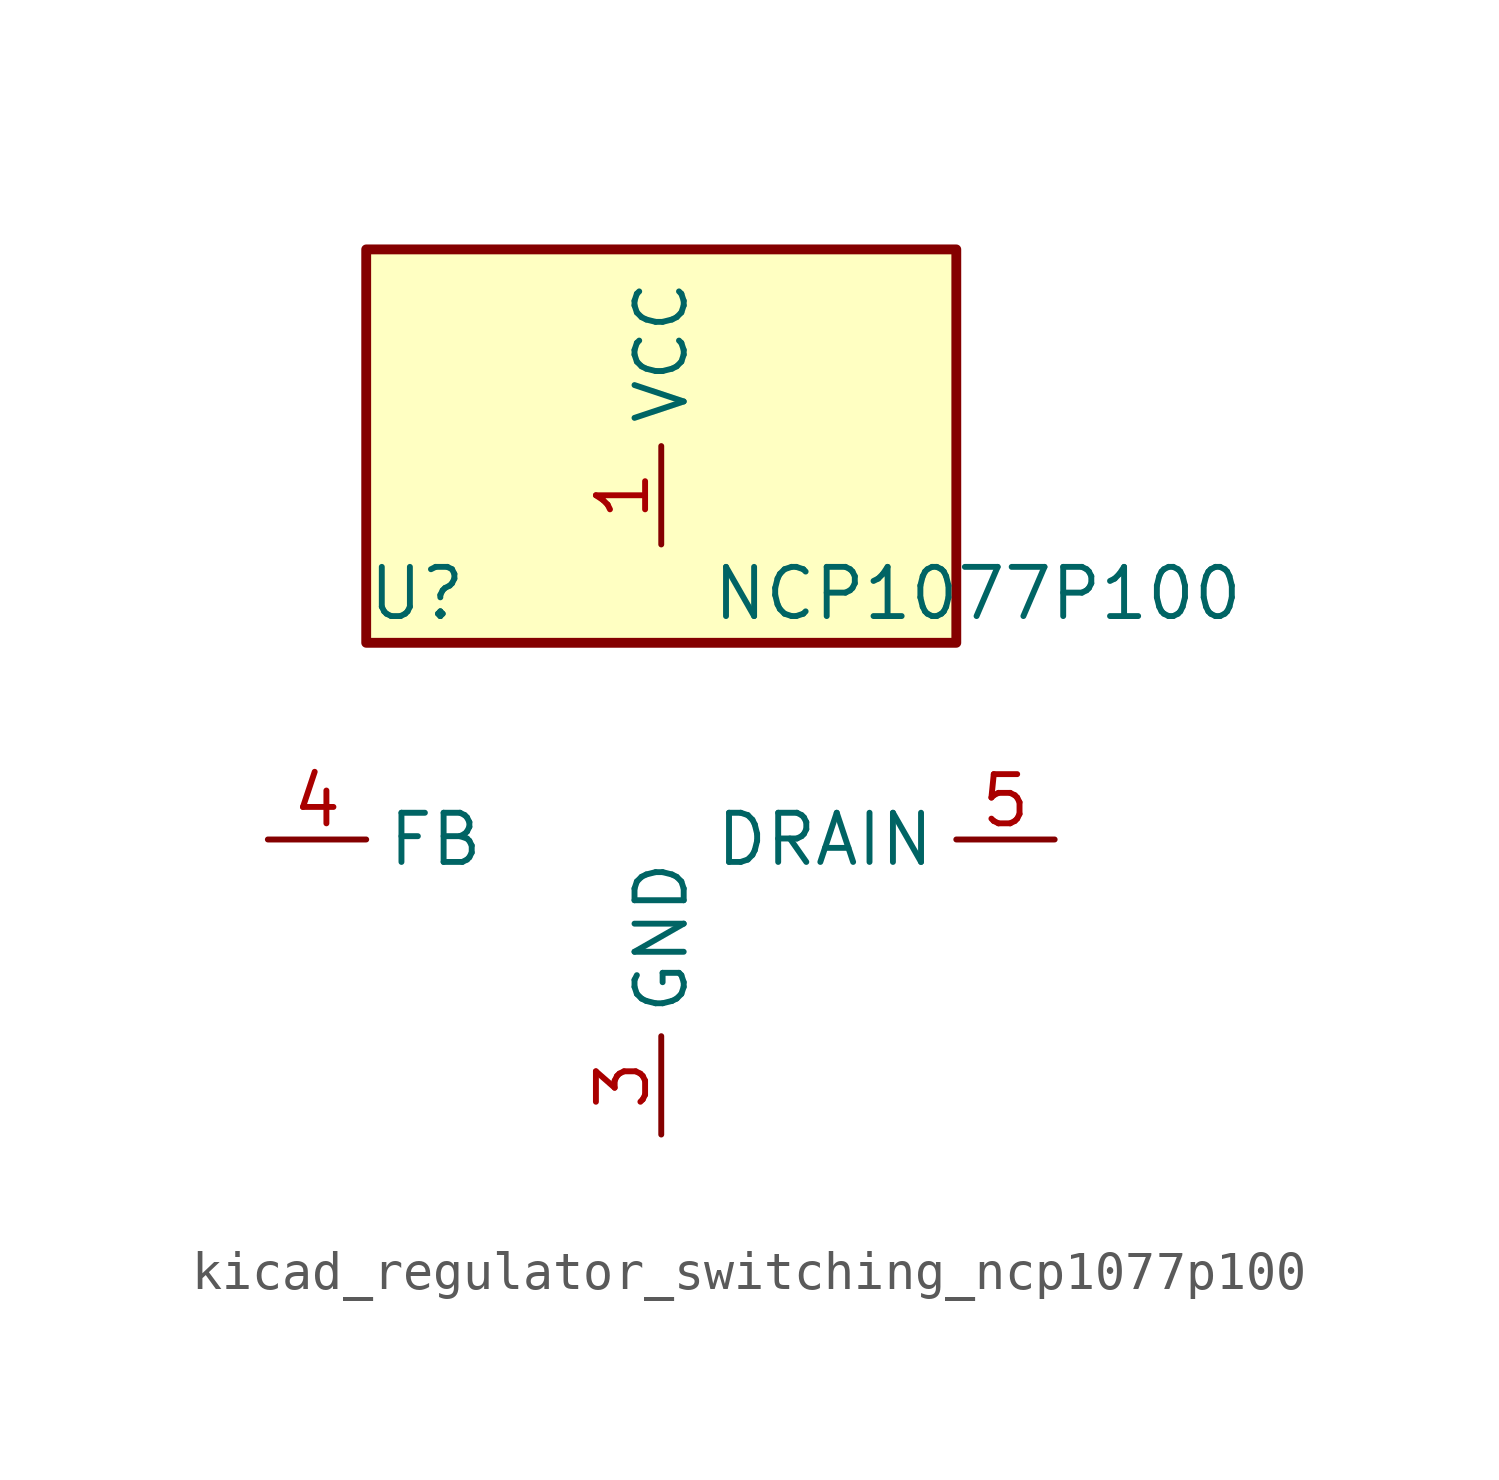
<source format=kicad_sym>
(kicad_symbol_lib
  (version 20220914)
  (generator kicad_symbol_editor)
  (symbol "kicad_regulator_switching_ncp1077p100"
    (property "Reference" "U"
      (at -7.62 6.35 0)
      (effects (font (size 1.27 1.27)) (justify left)))
    (property "Value" "NCP1077P100"
      (at 1.27 6.35 0)
      (effects (font (size 1.27 1.27)) (justify left)))
    (symbol "kicad_regulator_switching_ncp1077p100_0_1"
      (rectangle (start 7.62 15.24) (end -7.62 5.08) (stroke (width 0.254) (type default)) (fill (type background))))
    (symbol "kicad_regulator_switching_ncp1077p100_1_1"
      (pin power_in line (at 0 7.62 90) (length 2.54) (name "VCC" (effects (font (size 1.27 1.27)))) (number "1" (effects (font (size 1.27 1.27)))))
      (pin no_connect line (at -7.62 2.54 0) (length 2.54) hide (name "NC" (effects (font (size 1.27 1.27)))) (number "2" (effects (font (size 1.27 1.27)))))
      (pin power_in line (at 0 -7.62 90) (length 2.54) (name "GND" (effects (font (size 1.27 1.27)))) (number "3" (effects (font (size 1.27 1.27)))))
      (pin input line (at -10.16 0 0) (length 2.54) (name "FB" (effects (font (size 1.27 1.27)))) (number "4" (effects (font (size 1.27 1.27)))))
      (pin open_collector line (at 10.16 0 180) (length 2.54) (name "DRAIN" (effects (font (size 1.27 1.27)))) (number "5" (effects (font (size 1.27 1.27)))))
      (pin passive line (at 0 -7.62 90) (length 2.54) hide (name "GND" (effects (font (size 1.27 1.27)))) (number "7" (effects (font (size 1.27 1.27)))))
      (pin passive line (at 0 -7.62 90) (length 2.54) hide (name "GND" (effects (font (size 1.27 1.27)))) (number "8" (effects (font (size 1.27 1.27))))))))
</source>
